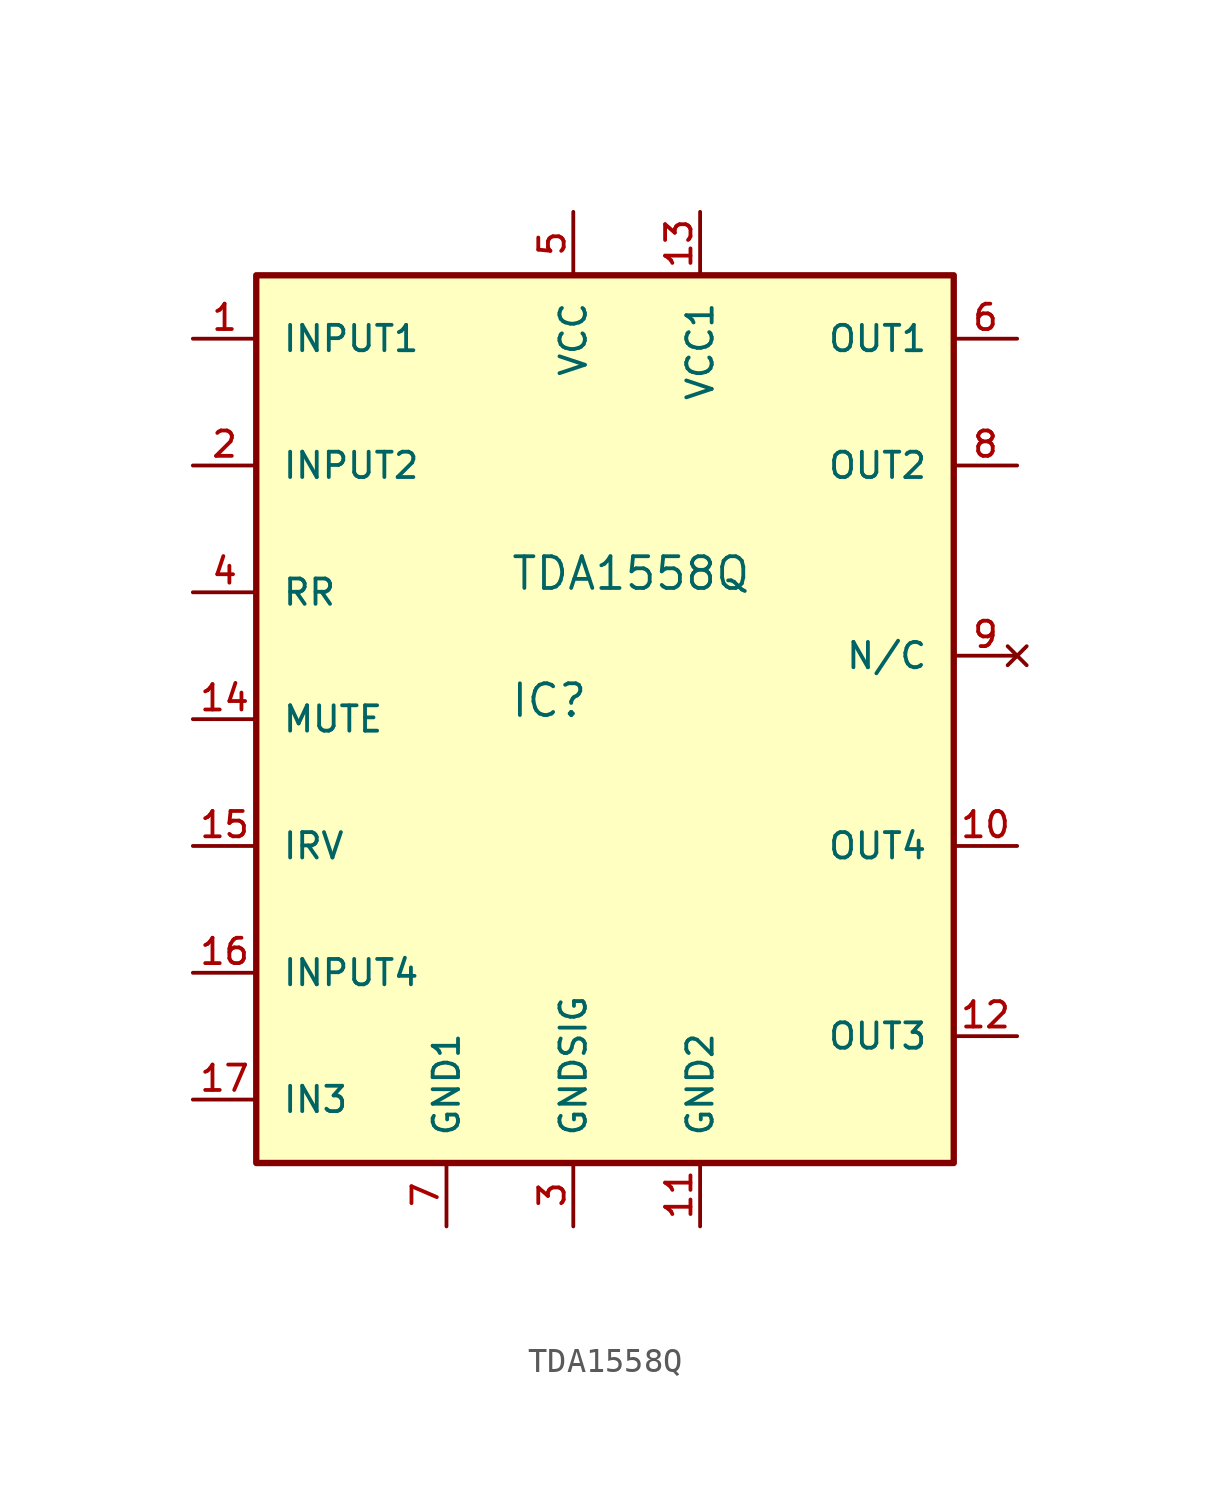
<source format=kicad_sym>
(kicad_symbol_lib
  (version 20211014)
  (generator kicad_symbol_editor)
  (symbol "TDA1558Q"
    (pin_names
      (offset 1.016))
    (property "Reference" "IC"
      (at -2.542 2.542 0)
      (effects (font (size 1.27 1.27)) (justify bottom left)))
    (property "Value" "TDA1558Q"
      (at -2.544 7.632 0)
      (effects (font (size 1.27 1.27)) (justify bottom left)))
    (symbol "TDA1558Q_0_0"
      (rectangle (start -12.7 -15.24) (end 15.24 20.32) (stroke (width 0.254)) (fill (type background)))
      (pin input line (at -15.24 17.78 0) (length 2.54) (name "INPUT1" (effects (font (size 1.016 1.016)))) (number "1" (effects (font (size 1.016 1.016)))))
      (pin input line (at -15.24 12.7 0) (length 2.54) (name "INPUT2" (effects (font (size 1.016 1.016)))) (number "2" (effects (font (size 1.016 1.016)))))
      (pin power_in line (at 0.0 -17.78 90.0) (length 2.54) (name "GNDSIG" (effects (font (size 1.016 1.016)))) (number "3" (effects (font (size 1.016 1.016)))))
      (pin passive line (at -15.24 7.62 0) (length 2.54) (name "RR" (effects (font (size 1.016 1.016)))) (number "4" (effects (font (size 1.016 1.016)))))
      (pin power_in line (at 0.0 22.86 270.0) (length 2.54) (name "VCC" (effects (font (size 1.016 1.016)))) (number "5" (effects (font (size 1.016 1.016)))))
      (pin output line (at 17.78 17.78 180.0) (length 2.54) (name "OUT1" (effects (font (size 1.016 1.016)))) (number "6" (effects (font (size 1.016 1.016)))))
      (pin power_in line (at -5.08 -17.78 90.0) (length 2.54) (name "GND1" (effects (font (size 1.016 1.016)))) (number "7" (effects (font (size 1.016 1.016)))))
      (pin output line (at 17.78 12.7 180.0) (length 2.54) (name "OUT2" (effects (font (size 1.016 1.016)))) (number "8" (effects (font (size 1.016 1.016)))))
      (pin no_connect line (at 17.78 5.08 180.0) (length 2.54) (name "N/C" (effects (font (size 1.016 1.016)))) (number "9" (effects (font (size 1.016 1.016)))))
      (pin output line (at 17.78 -2.54 180.0) (length 2.54) (name "OUT4" (effects (font (size 1.016 1.016)))) (number "10" (effects (font (size 1.016 1.016)))))
      (pin power_in line (at 5.08 -17.78 90.0) (length 2.54) (name "GND2" (effects (font (size 1.016 1.016)))) (number "11" (effects (font (size 1.016 1.016)))))
      (pin output line (at 17.78 -10.16 180.0) (length 2.54) (name "OUT3" (effects (font (size 1.016 1.016)))) (number "12" (effects (font (size 1.016 1.016)))))
      (pin power_in line (at 5.08 22.86 270.0) (length 2.54) (name "VCC1" (effects (font (size 1.016 1.016)))) (number "13" (effects (font (size 1.016 1.016)))))
      (pin input line (at -15.24 2.54 0) (length 2.54) (name "MUTE" (effects (font (size 1.016 1.016)))) (number "14" (effects (font (size 1.016 1.016)))))
      (pin bidirectional line (at -15.24 -2.54 0) (length 2.54) (name "IRV" (effects (font (size 1.016 1.016)))) (number "15" (effects (font (size 1.016 1.016)))))
      (pin input line (at -15.24 -7.62 0) (length 2.54) (name "INPUT4" (effects (font (size 1.016 1.016)))) (number "16" (effects (font (size 1.016 1.016)))))
      (pin input line (at -15.24 -12.7 0) (length 2.54) (name "IN3" (effects (font (size 1.016 1.016)))) (number "17" (effects (font (size 1.016 1.016))))))))
</source>
